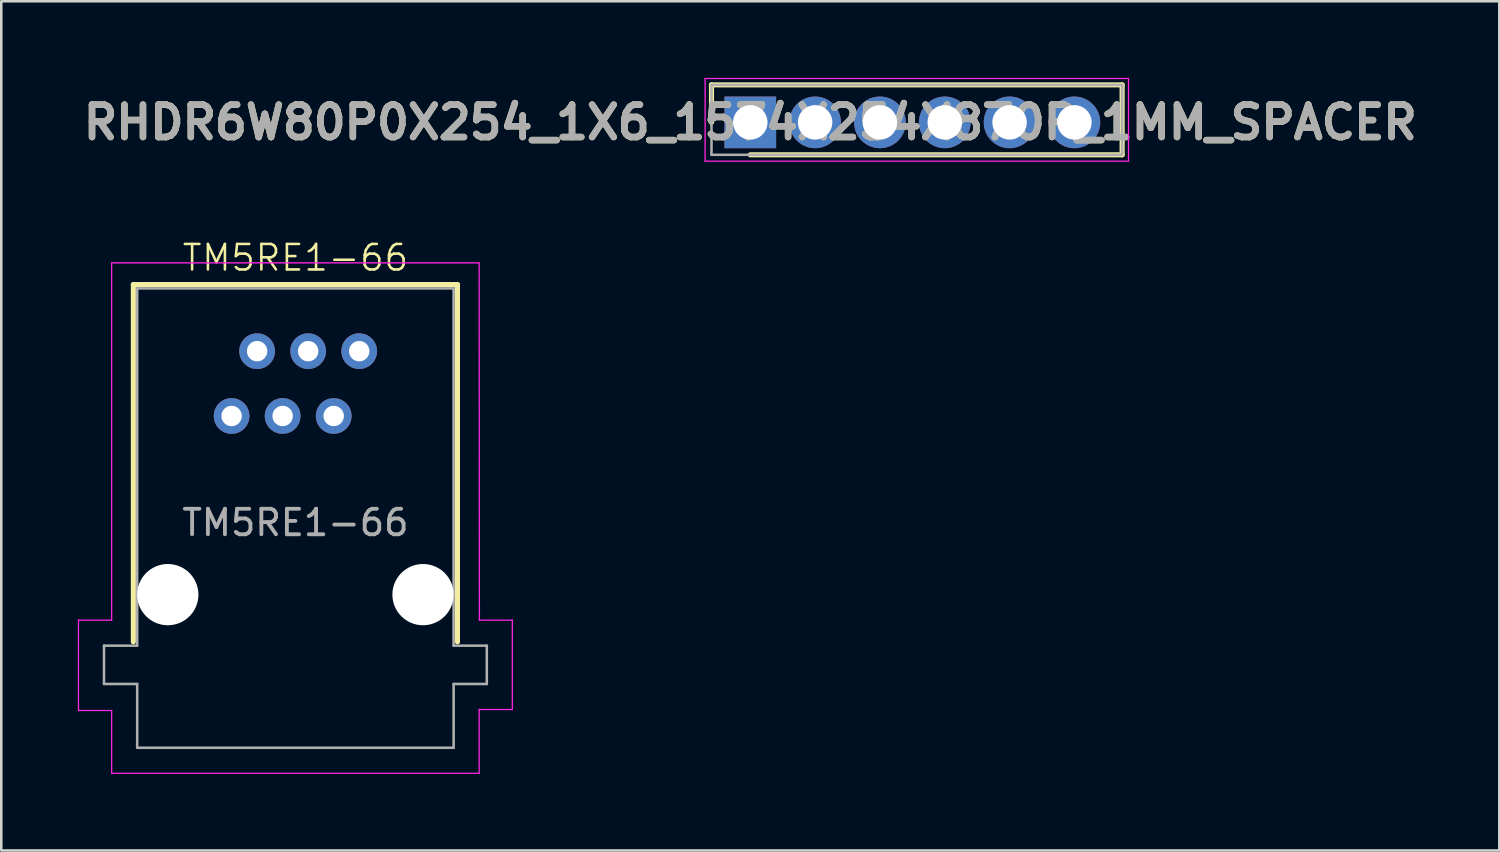
<source format=kicad_pcb>
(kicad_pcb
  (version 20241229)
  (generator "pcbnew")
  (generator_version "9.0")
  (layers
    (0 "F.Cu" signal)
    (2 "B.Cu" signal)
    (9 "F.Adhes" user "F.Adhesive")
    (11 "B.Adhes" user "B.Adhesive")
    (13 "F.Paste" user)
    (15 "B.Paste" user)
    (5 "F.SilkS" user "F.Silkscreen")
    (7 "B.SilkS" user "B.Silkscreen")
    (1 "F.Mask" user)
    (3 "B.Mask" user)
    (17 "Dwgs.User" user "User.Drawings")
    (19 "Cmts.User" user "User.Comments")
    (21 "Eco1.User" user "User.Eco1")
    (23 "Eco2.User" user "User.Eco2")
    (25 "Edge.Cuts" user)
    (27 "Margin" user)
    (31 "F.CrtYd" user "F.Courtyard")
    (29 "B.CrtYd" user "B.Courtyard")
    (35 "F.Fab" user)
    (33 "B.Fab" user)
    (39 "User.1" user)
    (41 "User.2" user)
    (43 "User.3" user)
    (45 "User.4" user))
  (footprint "RHDR6W80P0X254_1X6_1574X254X870P_1MM_SPACER"
    (layer "F.Cu")
    (at 26.349 1.745)
    (property "Reference" "RHDR6W80P0X254_1X6_1574X254X870P_1MM_SPACER" (at 0 0 0) (layer "F.SilkS") (effects (font (size 1.27 1.27) (thickness 0.254))))
    (attr through_hole)
    (fp_line (start -1.52 -1.47) (end -1.52 0) (stroke (width 0.2) (type solid)) (layer "F.SilkS"))
    (fp_line (start 0 1.27) (end 14.57 1.27) (stroke (width 0.2) (type solid)) (layer "F.SilkS"))
    (fp_line (start 14.57 -1.47) (end -1.52 -1.47) (stroke (width 0.2) (type solid)) (layer "F.SilkS"))
    (fp_line (start 14.57 1.27) (end 14.57 -1.47) (stroke (width 0.2) (type solid)) (layer "F.SilkS"))
    (fp_line (start -1.77 -1.72) (end 14.82 -1.72) (stroke (width 0.05) (type solid)) (layer "F.CrtYd"))
    (fp_line (start -1.77 1.52) (end -1.77 -1.72) (stroke (width 0.05) (type solid)) (layer "F.CrtYd"))
    (fp_line (start 14.82 -1.72) (end 14.82 1.52) (stroke (width 0.05) (type solid)) (layer "F.CrtYd"))
    (fp_line (start 14.82 1.52) (end -1.77 1.52) (stroke (width 0.05) (type solid)) (layer "F.CrtYd"))
    (fp_line (start -1.52 -1.47) (end 14.57 -1.47) (stroke (width 0.1) (type solid)) (layer "F.Fab"))
    (fp_line (start -1.52 1.27) (end -1.52 -1.47) (stroke (width 0.1) (type solid)) (layer "F.Fab"))
    (fp_line (start 14.57 -1.47) (end 14.57 1.27) (stroke (width 0.1) (type solid)) (layer "F.Fab"))
    (fp_line (start 14.57 1.27) (end -1.52 1.27) (stroke (width 0.1) (type solid)) (layer "F.Fab"))
    (fp_text user "${REFERENCE}" (at 0 0 0) (layer "F.Fab") (effects (font (size 1.27 1.27) (thickness 0.254))))
    (pad "1" thru_hole rect (at 0 0) (size 2.025 2.025) (drill 1.35) (layers "*.Cu" "*.Mask"))
    (pad "2" thru_hole circle (at 2.54 0) (size 2.025 2.025) (drill 1.35) (layers "*.Cu" "*.Mask"))
    (pad "3" thru_hole circle (at 5.08 0) (size 2.025 2.025) (drill 1.35) (layers "*.Cu" "*.Mask"))
    (pad "4" thru_hole circle (at 7.62 0) (size 2.025 2.025) (drill 1.35) (layers "*.Cu" "*.Mask"))
    (pad "5" thru_hole circle (at 10.16 0) (size 2.025 2.025) (drill 1.35) (layers "*.Cu" "*.Mask"))
    (pad "6" thru_hole circle (at 12.7 0) (size 2.025 2.025) (drill 1.35) (layers "*.Cu" "*.Mask")))
  (footprint "TM5RE1-66"
    (layer "F.Cu")
    (at 8.525 20.25)
    (property "Reference" "TM5RE1-66" (at 0 -13.2 0) (unlocked yes) (layer "F.SilkS") (effects (font (size 1 1) (thickness 0.1))))
    (attr through_hole)
    (fp_line (start -6.35 -12.15) (end 6.35 -12.15) (stroke (width 0.2) (type default)) (layer "F.SilkS"))
    (fp_line (start -6.35 1.85) (end -6.35 -12.15) (stroke (width 0.2) (type default)) (layer "F.SilkS"))
    (fp_line (start 6.35 -12.15) (end 6.35 1.85) (stroke (width 0.2) (type default)) (layer "F.SilkS"))
    (fp_line (start -8.5 1) (end -7.2 1) (stroke (width 0.05) (type default)) (layer "F.CrtYd"))
    (fp_line (start -8.5 4.54) (end -8.5 1) (stroke (width 0.05) (type default)) (layer "F.CrtYd"))
    (fp_line (start -7.2 -13) (end 7.2 -13) (stroke (width 0.05) (type default)) (layer "F.CrtYd"))
    (fp_line (start -7.2 1) (end -7.2 -13) (stroke (width 0.05) (type default)) (layer "F.CrtYd"))
    (fp_line (start -7.2 4.54) (end -8.5 4.54) (stroke (width 0.05) (type default)) (layer "F.CrtYd"))
    (fp_line (start -7.2 7) (end -7.2 4.54) (stroke (width 0.05) (type default)) (layer "F.CrtYd"))
    (fp_line (start 7.2 -13) (end 7.21 1) (stroke (width 0.05) (type default)) (layer "F.CrtYd"))
    (fp_line (start 7.2 4.5) (end 7.2 7) (stroke (width 0.05) (type default)) (layer "F.CrtYd"))
    (fp_line (start 7.2 7) (end -7.2 7) (stroke (width 0.05) (type default)) (layer "F.CrtYd"))
    (fp_line (start 7.21 1) (end 8.5 1) (stroke (width 0.05) (type default)) (layer "F.CrtYd"))
    (fp_line (start 8.5 1) (end 8.5 4.5) (stroke (width 0.05) (type default)) (layer "F.CrtYd"))
    (fp_line (start 8.5 4.5) (end 7.2 4.5) (stroke (width 0.05) (type default)) (layer "F.CrtYd"))
    (fp_line (start -7.5 2) (end -6.2 2) (stroke (width 0.1) (type default)) (layer "F.Fab"))
    (fp_line (start -7.5 3.5) (end -7.5 2) (stroke (width 0.1) (type default)) (layer "F.Fab"))
    (fp_line (start -6.2 -12) (end 6.2 -12) (stroke (width 0.1) (type default)) (layer "F.Fab"))
    (fp_line (start -6.2 2) (end -6.2 -12) (stroke (width 0.1) (type default)) (layer "F.Fab"))
    (fp_line (start -6.2 3.5) (end -7.5 3.5) (stroke (width 0.1) (type default)) (layer "F.Fab"))
    (fp_line (start -6.2 6) (end -6.2 3.5) (stroke (width 0.1) (type default)) (layer "F.Fab"))
    (fp_line (start -6.2 6) (end 6.2 6) (stroke (width 0.1) (type default)) (layer "F.Fab"))
    (fp_line (start 6.2 2) (end 6.2 -12) (stroke (width 0.1) (type default)) (layer "F.Fab"))
    (fp_line (start 6.2 3.5) (end 7.5 3.5) (stroke (width 0.1) (type default)) (layer "F.Fab"))
    (fp_line (start 6.2 6) (end 6.2 3.5) (stroke (width 0.1) (type default)) (layer "F.Fab"))
    (fp_line (start 7.5 2) (end 6.2 2) (stroke (width 0.1) (type default)) (layer "F.Fab"))
    (fp_line (start 7.5 3.5) (end 7.5 2) (stroke (width 0.1) (type default)) (layer "F.Fab"))
    (fp_text user "${REFERENCE}" (at 0 -2.82 0) (unlocked yes) (layer "F.Fab") (effects (font (size 1 1) (thickness 0.15))))
    (pad "" np_thru_hole circle (at -5 0) (size 2.4 2.4) (drill 2.4) (layers "*.Cu" "*.Mask"))
    (pad "" np_thru_hole circle (at 5 0) (size 2.4 2.4) (drill 2.4) (layers "*.Cu" "*.Mask"))
    (pad "1" thru_hole circle (at -2.5 -7) (size 1.4 1.4) (drill 0.8) (layers "*.Cu" "*.Mask"))
    (pad "2" thru_hole circle (at -1.5 -9.54) (size 1.4 1.4) (drill 0.8) (layers "*.Cu" "*.Mask"))
    (pad "3" thru_hole circle (at -0.5 -7) (size 1.4 1.4) (drill 0.8) (layers "*.Cu" "*.Mask"))
    (pad "4" thru_hole circle (at 0.5 -9.54) (size 1.4 1.4) (drill 0.8) (layers "*.Cu" "*.Mask"))
    (pad "5" thru_hole circle (at 1.5 -7) (size 1.4 1.4) (drill 0.8) (layers "*.Cu" "*.Mask"))
    (pad "6" thru_hole circle (at 2.5 -9.54) (size 1.4 1.4) (drill 0.8) (layers "*.Cu" "*.Mask")))
  (gr_rect
    (start -3 -3)
    (end 55.699 30.276)
    (stroke (width 0.1) (type default))
    (fill no)
    (layer "Edge.Cuts")))
</source>
